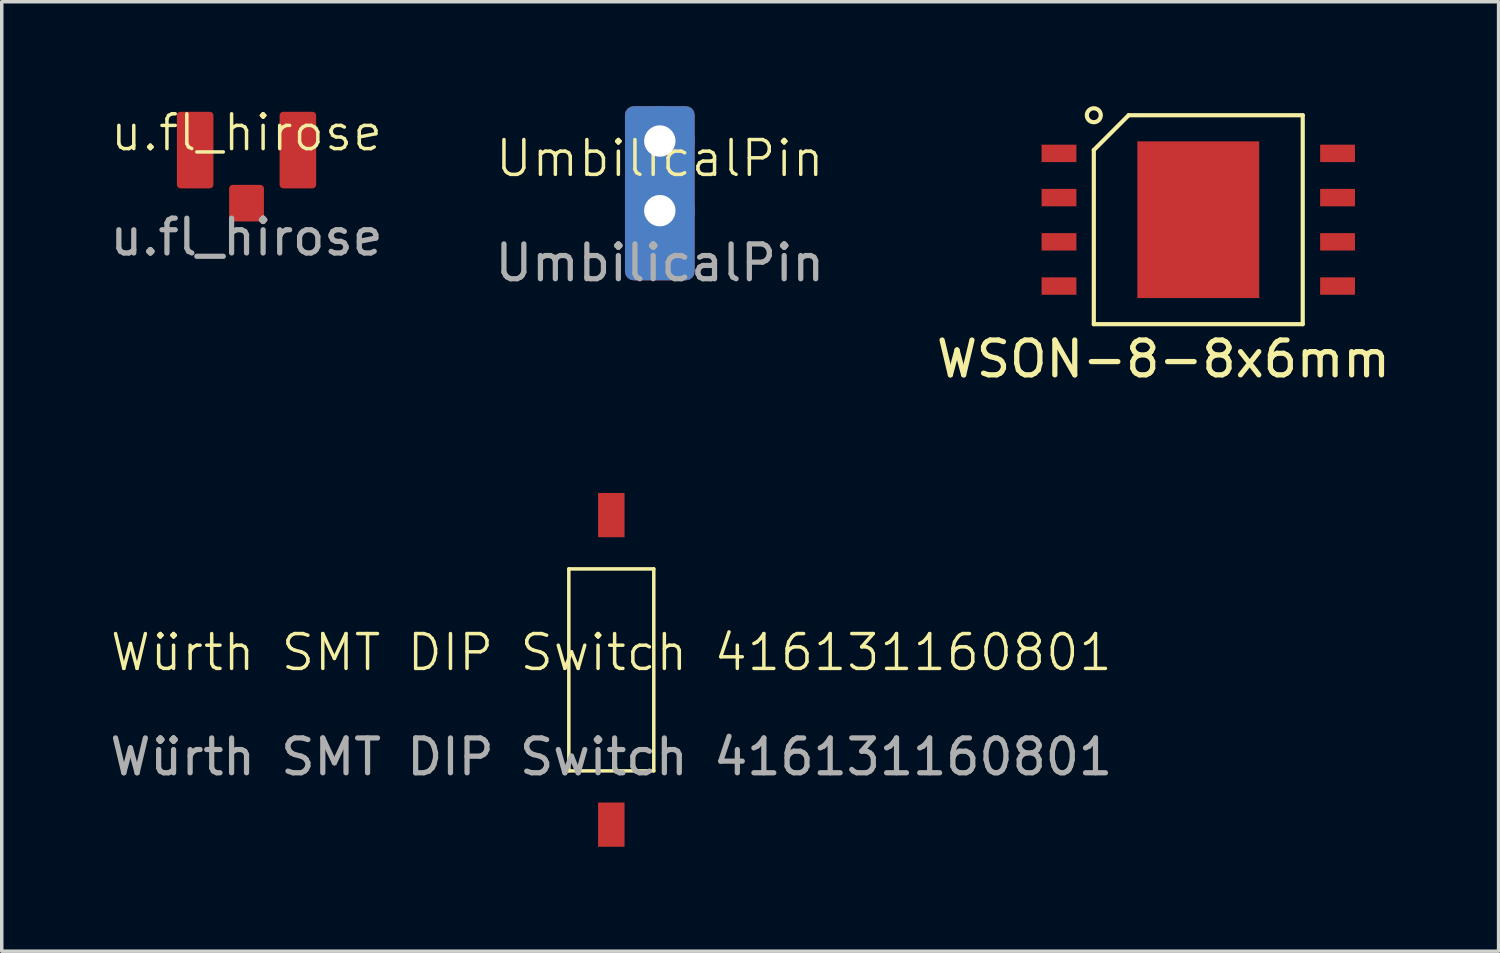
<source format=kicad_pcb>
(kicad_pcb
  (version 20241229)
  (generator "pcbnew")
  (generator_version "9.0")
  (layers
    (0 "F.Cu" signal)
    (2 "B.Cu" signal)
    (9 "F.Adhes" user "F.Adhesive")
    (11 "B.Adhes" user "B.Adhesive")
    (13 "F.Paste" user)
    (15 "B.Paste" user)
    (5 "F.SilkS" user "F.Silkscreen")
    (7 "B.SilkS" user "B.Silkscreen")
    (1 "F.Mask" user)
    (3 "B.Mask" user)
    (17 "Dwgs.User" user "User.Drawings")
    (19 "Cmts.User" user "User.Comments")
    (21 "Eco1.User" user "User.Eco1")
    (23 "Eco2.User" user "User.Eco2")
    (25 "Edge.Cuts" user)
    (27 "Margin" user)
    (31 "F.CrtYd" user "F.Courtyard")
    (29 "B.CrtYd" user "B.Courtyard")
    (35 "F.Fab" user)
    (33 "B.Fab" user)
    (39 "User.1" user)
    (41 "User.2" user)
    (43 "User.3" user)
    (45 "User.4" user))
  (footprint "UmbilicalPin"
    (layer "F.Cu")
    (at 15.899 2)
    (property "Reference" "UmbilicalPin" (at 0 -0.5 0) (unlocked yes) (layer "F.SilkS") (effects (font (size 1 1) (thickness 0.1))))
    (fp_text user "${REFERENCE}" (at 0 2.5 0) (unlocked yes) (layer "F.Fab") (effects (font (size 1 1) (thickness 0.15))))
    (pad "1" thru_hole circle (at 0 -1) (size 2 2) (drill 0.9) (layers "*.Cu" "*.Mask"))
    (pad "1" smd roundrect (at 0 0.5) (size 2 5) (layers "F.Cu" "F.Mask" "F.Paste") (roundrect_rratio 0.125))
    (pad "1" smd roundrect (at 0 0.5) (size 2 5) (layers "B.Cu" "B.Mask" "B.Paste") (roundrect_rratio 0.125))
    (pad "1" thru_hole circle (at 0 1) (size 2 2) (drill 0.9) (layers "*.Cu" "*.Mask")))
  (footprint "WSON-8-8x6mm"
    (layer "F.Cu")
    (at 31.363 3.26)
    (property "Reference" "WSON-8-8x6mm" (at -1 4 0) (layer "F.SilkS") (effects (font (size 1 1) (thickness 0.15))))
    (attr through_hole)
    (fp_line (start -3 -2) (end -3 3) (stroke (width 0.12) (type solid)) (layer "F.SilkS"))
    (fp_line (start -3 3) (end 3 3) (stroke (width 0.12) (type solid)) (layer "F.SilkS"))
    (fp_line (start -2 -3) (end -3 -2) (stroke (width 0.12) (type solid)) (layer "F.SilkS"))
    (fp_line (start 3 -3) (end -2 -3) (stroke (width 0.12) (type solid)) (layer "F.SilkS"))
    (fp_line (start 3 3) (end 3 -3) (stroke (width 0.12) (type solid)) (layer "F.SilkS"))
    (fp_circle (center -3 -3) (end -3.2 -3) (stroke (width 0.12) (type solid)) (fill no) (layer "F.SilkS"))
    (pad "1" smd rect (at -4 -1.905) (size 1 0.5) (layers "F.Cu" "F.Mask" "F.Paste"))
    (pad "2" smd rect (at -4 -0.635) (size 1 0.5) (layers "F.Cu" "F.Mask" "F.Paste"))
    (pad "3" smd rect (at -4 0.635) (size 1 0.5) (layers "F.Cu" "F.Mask" "F.Paste"))
    (pad "4" smd rect (at -4 1.905) (size 1 0.5) (layers "F.Cu" "F.Mask" "F.Paste"))
    (pad "5" smd rect (at 4 1.905) (size 1 0.5) (layers "F.Cu" "F.Mask" "F.Paste"))
    (pad "6" smd rect (at 4 0.635) (size 1 0.5) (layers "F.Cu" "F.Mask" "F.Paste"))
    (pad "7" smd rect (at 4 -0.635) (size 1 0.5) (layers "F.Cu" "F.Mask" "F.Paste"))
    (pad "8" smd rect (at 4 -1.905) (size 1 0.5) (layers "F.Cu" "F.Mask" "F.Paste"))
    (pad "9" smd rect (at 0 0) (size 3.5 4.5) (layers "F.Cu" "F.Mask" "F.Paste")))
  (footprint "u.fl_hirose"
    (layer "F.Cu")
    (at 4.03 1.26)
    (property "Reference" "u.fl_hirose" (at 0 -0.5 0) (unlocked yes) (layer "F.SilkS") (effects (font (size 1 1) (thickness 0.1))))
    (attr smd)
    (fp_text user "${REFERENCE}" (at 0 2.5 0) (unlocked yes) (layer "F.Fab") (effects (font (size 1 1) (thickness 0.15))))
    (pad "1" smd roundrect (at 0 1.525) (size 1 1.05) (layers "F.Cu" "F.Mask" "F.Paste") (roundrect_rratio 0.1))
    (pad "2" smd roundrect (at -1.475 0) (size 1.05 2.2) (layers "F.Cu" "F.Mask" "F.Paste") (roundrect_rratio 0.1))
    (pad "2" smd roundrect (at 1.475 0) (size 1.05 2.2) (layers "F.Cu" "F.Mask" "F.Paste") (roundrect_rratio 0.1)))
  (footprint "Würth SMT DIP Switch 416131160801"
    (layer "F.Cu")
    (at 14.506 16.188)
    (property "Reference" "Würth SMT DIP Switch 416131160801" (at 0 -0.5 0) (unlocked yes) (layer "F.SilkS") (effects (font (size 1 1) (thickness 0.1))))
    (attr smd)
    (fp_line (start -1.22 2.9) (end -1.22 -2.9) (stroke (width 0.1) (type default)) (layer "F.SilkS"))
    (fp_line (start 1.22 -2.9) (end -1.22 -2.9) (stroke (width 0.1) (type default)) (layer "F.SilkS"))
    (fp_line (start 1.22 -2.9) (end 1.22 2.9) (stroke (width 0.1) (type default)) (layer "F.SilkS"))
    (fp_line (start 1.22 2.9) (end -1.22 2.9) (stroke (width 0.1) (type default)) (layer "F.SilkS"))
    (fp_text user "${REFERENCE}" (at 0 2.5 0) (unlocked yes) (layer "F.Fab") (effects (font (size 1 1) (thickness 0.15))))
    (pad "1" smd rect (at 0 -4.445) (size 0.76 1.27) (layers "F.Cu" "F.Mask" "F.Paste"))
    (pad "2" smd rect (at 0 4.445) (size 0.76 1.27) (layers "F.Cu" "F.Mask" "F.Paste")))
  (gr_rect
    (start -3 -3)
    (end 39.988 24.268)
    (stroke (width 0.1) (type default))
    (fill no)
    (layer "Edge.Cuts")))
</source>
